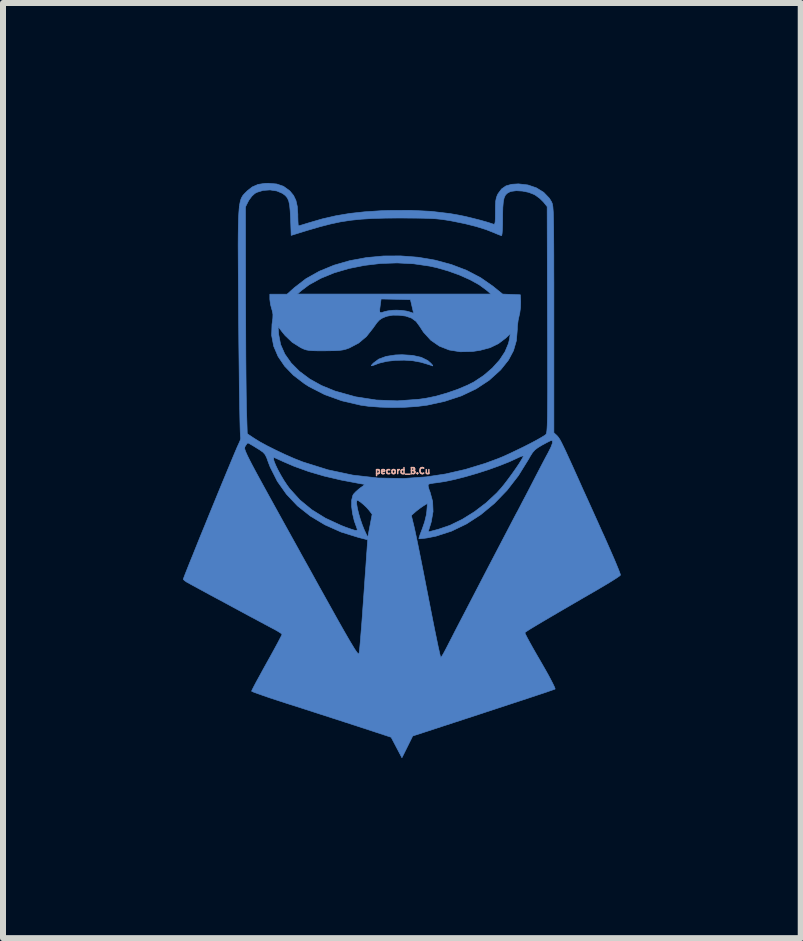
<source format=kicad_pcb>
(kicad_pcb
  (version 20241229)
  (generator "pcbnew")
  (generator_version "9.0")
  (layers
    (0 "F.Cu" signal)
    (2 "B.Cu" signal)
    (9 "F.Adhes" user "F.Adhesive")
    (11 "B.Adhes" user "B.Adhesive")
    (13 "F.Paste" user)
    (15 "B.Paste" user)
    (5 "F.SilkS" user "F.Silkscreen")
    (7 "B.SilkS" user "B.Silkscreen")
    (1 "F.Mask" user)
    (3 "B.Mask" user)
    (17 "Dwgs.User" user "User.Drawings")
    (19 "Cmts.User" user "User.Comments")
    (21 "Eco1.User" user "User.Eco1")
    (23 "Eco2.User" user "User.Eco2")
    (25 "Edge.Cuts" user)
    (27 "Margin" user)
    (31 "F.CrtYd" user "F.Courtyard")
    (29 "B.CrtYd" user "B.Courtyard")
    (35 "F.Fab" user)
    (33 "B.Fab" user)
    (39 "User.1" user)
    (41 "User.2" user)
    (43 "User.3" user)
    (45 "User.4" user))
  (footprint "pecord_B.Cu"
    (layer "F.Cu")
    (at 3.663 4.8)
    (property "Reference" "pecord_B.Cu" (at 0 0 0) (layer "B.SilkS") (effects (font (size 0.1 0.1) (thickness 0.025))))
    (attr board_only exclude_from_pos_files exclude_from_bom)
    (fp_poly (pts (xy 0.165 -1.926) (xy 0.308 -1.894) (xy 0.418 -1.84) (xy 0.469 -1.795) (xy 0.499 -1.761) (xy 0.501 -1.75) (xy 0.478 -1.758) (xy 0.438 -1.771) (xy 0.373 -1.791) (xy 0.297 -1.813) (xy 0.295 -1.813) (xy 0.171 -1.836) (xy 0.028 -1.846) (xy -0.121 -1.843) (xy -0.262 -1.827) (xy -0.381 -1.799) (xy -0.406 -1.791) (xy -0.477 -1.764) (xy -0.515 -1.752) (xy -0.524 -1.755) (xy -0.51 -1.775) (xy -0.488 -1.798) (xy -0.399 -1.864) (xy -0.277 -1.909) (xy -0.123 -1.933) (xy -0.01 -1.937) (xy 0.165 -1.926)) (stroke (width 0.01) (type solid)) (fill yes) (layer "B.Cu"))
    (fp_poly (pts (xy 0.256 -3.562) (xy 0.538 -3.514) (xy 0.809 -3.441) (xy 1.064 -3.344) (xy 1.299 -3.221) (xy 1.502 -3.08) (xy 1.665 -2.948) (xy 1.813 -2.942) (xy 1.961 -2.936) (xy 1.967 -2.818) (xy 1.964 -2.725) (xy 1.951 -2.629) (xy 1.942 -2.591) (xy 1.924 -2.508) (xy 1.912 -2.411) (xy 1.91 -2.353) (xy 1.895 -2.171) (xy 1.847 -2.005) (xy 1.764 -1.849) (xy 1.643 -1.697) (xy 1.627 -1.679) (xy 1.44 -1.51) (xy 1.224 -1.368) (xy 0.978 -1.251) (xy 0.701 -1.16) (xy 0.409 -1.096) (xy 0.236 -1.074) (xy 0.039 -1.061) (xy -0.17 -1.057) (xy -0.377 -1.063) (xy -0.568 -1.077) (xy -0.702 -1.096) (xy -1.015 -1.169) (xy -1.301 -1.272) (xy -1.561 -1.405) (xy -1.638 -1.454) (xy -1.821 -1.594) (xy -1.968 -1.746) (xy -2.078 -1.909) (xy -2.151 -2.08) (xy -2.185 -2.259) (xy -2.18 -2.408) (xy -2.078 -2.408) (xy -2.067 -2.272) (xy -2.035 -2.107) (xy -1.965 -1.948) (xy -1.859 -1.798) (xy -1.72 -1.659) (xy -1.551 -1.533) (xy -1.355 -1.424) (xy -1.133 -1.333) (xy -1.121 -1.329) (xy -0.783 -1.235) (xy -0.44 -1.182) (xy -0.09 -1.168) (xy 0.267 -1.194) (xy 0.386 -1.211) (xy 0.556 -1.246) (xy 0.737 -1.298) (xy 0.917 -1.36) (xy 1.08 -1.429) (xy 1.189 -1.484) (xy 1.351 -1.592) (xy 1.494 -1.715) (xy 1.614 -1.848) (xy 1.705 -1.986) (xy 1.763 -2.124) (xy 1.78 -2.196) (xy 1.793 -2.286) (xy 1.715 -2.212) (xy 1.595 -2.121) (xy 1.456 -2.054) (xy 1.291 -2.01) (xy 1.165 -1.991) (xy 0.959 -1.986) (xy 0.774 -2.016) (xy 0.611 -2.08) (xy 0.468 -2.179) (xy 0.346 -2.313) (xy 0.284 -2.409) (xy 0.224 -2.491) (xy 0.148 -2.547) (xy 0.05 -2.581) (xy -0.061 -2.595) (xy -0.166 -2.596) (xy -0.255 -2.58) (xy -0.294 -2.567) (xy -0.349 -2.543) (xy -0.391 -2.513) (xy -0.432 -2.468) (xy -0.482 -2.398) (xy -0.493 -2.382) (xy -0.605 -2.24) (xy -0.735 -2.131) (xy -0.889 -2.05) (xy -0.894 -2.048) (xy -0.944 -2.03) (xy -0.995 -2.017) (xy -1.054 -2.009) (xy -1.131 -2.004) (xy -1.236 -2.003) (xy -1.3 -2.002) (xy -1.417 -2.002) (xy -1.501 -2.004) (xy -1.562 -2.009) (xy -1.608 -2.017) (xy -1.649 -2.031) (xy -1.692 -2.051) (xy -1.707 -2.059) (xy -1.843 -2.145) (xy -1.961 -2.258) (xy -2.017 -2.327) (xy -2.078 -2.408) (xy -2.18 -2.408) (xy -2.179 -2.443) (xy -2.177 -2.457) (xy -2.165 -2.545) (xy -2.163 -2.607) (xy -2.17 -2.653) (xy -0.384 -2.653) (xy -0.373 -2.637) (xy -0.346 -2.641) (xy -0.31 -2.653) (xy -0.248 -2.668) (xy -0.165 -2.678) (xy -0.102 -2.68) (xy -0.018 -2.676) (xy 0.061 -2.665) (xy 0.107 -2.653) (xy 0.154 -2.637) (xy 0.18 -2.629) (xy 0.182 -2.629) (xy 0.177 -2.648) (xy 0.166 -2.696) (xy 0.155 -2.743) (xy 0.129 -2.855) (xy -0.116 -2.861) (xy -0.36 -2.866) (xy -0.373 -2.771) (xy -0.383 -2.696) (xy -0.384 -2.653) (xy -2.17 -2.653) (xy -2.171 -2.659) (xy -2.184 -2.701) (xy -2.204 -2.776) (xy -2.214 -2.852) (xy -2.215 -2.868) (xy -2.215 -2.946) (xy -2.071 -2.946) (xy -1.927 -2.946) (xy -1.925 -2.948) (xy -1.758 -2.948) (xy 1.473 -2.948) (xy 1.392 -3.017) (xy 1.274 -3.103) (xy 1.124 -3.186) (xy 0.95 -3.264) (xy 0.762 -3.332) (xy 0.568 -3.388) (xy 0.449 -3.414) (xy 0.182 -3.453) (xy -0.092 -3.467) (xy -0.367 -3.458) (xy -0.637 -3.426) (xy -0.897 -3.374) (xy -1.142 -3.302) (xy -1.364 -3.211) (xy -1.56 -3.103) (xy -1.692 -3.004) (xy -1.758 -2.948) (xy -1.925 -2.948) (xy -1.808 -3.053) (xy -1.614 -3.203) (xy -1.391 -3.328) (xy -1.146 -3.429) (xy -0.882 -3.505) (xy -0.606 -3.556) (xy -0.32 -3.583) (xy -0.032 -3.584) (xy 0.256 -3.562)) (stroke (width 0.01) (type solid)) (fill yes) (layer "B.Cu"))
    (fp_poly (pts (xy -2.1 -4.783) (xy -1.988 -4.745) (xy -1.892 -4.676) (xy -1.878 -4.663) (xy -1.819 -4.591) (xy -1.78 -4.509) (xy -1.757 -4.407) (xy -1.748 -4.277) (xy -1.748 -4.238) (xy -1.746 -4.165) (xy -1.743 -4.11) (xy -1.739 -4.085) (xy -1.738 -4.084) (xy -1.716 -4.09) (xy -1.665 -4.105) (xy -1.594 -4.127) (xy -1.571 -4.134) (xy -1.341 -4.201) (xy -1.115 -4.253) (xy -0.884 -4.292) (xy -0.638 -4.319) (xy -0.365 -4.337) (xy -0.234 -4.342) (xy 0.135 -4.344) (xy 0.474 -4.327) (xy 0.787 -4.29) (xy 0.93 -4.265) (xy 1.043 -4.242) (xy 1.166 -4.212) (xy 1.288 -4.181) (xy 1.398 -4.15) (xy 1.484 -4.123) (xy 1.509 -4.114) (xy 1.524 -4.111) (xy 1.535 -4.122) (xy 1.541 -4.152) (xy 1.544 -4.208) (xy 1.545 -4.297) (xy 1.545 -4.321) (xy 1.546 -4.424) (xy 1.55 -4.497) (xy 1.56 -4.549) (xy 1.575 -4.592) (xy 1.59 -4.622) (xy 1.648 -4.7) (xy 1.721 -4.751) (xy 1.816 -4.778) (xy 1.93 -4.785) (xy 2.086 -4.767) (xy 2.228 -4.719) (xy 2.35 -4.644) (xy 2.444 -4.546) (xy 2.481 -4.486) (xy 2.487 -4.472) (xy 2.493 -4.456) (xy 2.498 -4.434) (xy 2.503 -4.405) (xy 2.506 -4.366) (xy 2.51 -4.314) (xy 2.512 -4.247) (xy 2.514 -4.162) (xy 2.516 -4.056) (xy 2.517 -3.928) (xy 2.518 -3.775) (xy 2.519 -3.594) (xy 2.519 -3.382) (xy 2.52 -3.138) (xy 2.52 -2.858) (xy 2.52 -2.54) (xy 2.52 -2.524) (xy 2.52 -0.636) (xy 2.562 -0.598) (xy 2.581 -0.579) (xy 2.599 -0.556) (xy 2.62 -0.524) (xy 2.645 -0.478) (xy 2.676 -0.415) (xy 2.717 -0.33) (xy 2.768 -0.218) (xy 2.833 -0.076) (xy 2.876 0.02) (xy 2.933 0.146) (xy 3.002 0.301) (xy 3.081 0.474) (xy 3.164 0.658) (xy 3.248 0.844) (xy 3.328 1.023) (xy 3.352 1.074) (xy 3.419 1.225) (xy 3.48 1.364) (xy 3.534 1.488) (xy 3.577 1.592) (xy 3.609 1.671) (xy 3.627 1.721) (xy 3.63 1.737) (xy 3.61 1.755) (xy 3.56 1.789) (xy 3.486 1.836) (xy 3.393 1.893) (xy 3.286 1.956) (xy 3.258 1.973) (xy 3.012 2.115) (xy 2.799 2.239) (xy 2.617 2.345) (xy 2.465 2.434) (xy 2.339 2.508) (xy 2.238 2.568) (xy 2.16 2.615) (xy 2.103 2.65) (xy 2.065 2.675) (xy 2.044 2.69) (xy 2.037 2.697) (xy 2.045 2.719) (xy 2.071 2.771) (xy 2.113 2.849) (xy 2.167 2.946) (xy 2.232 3.06) (xy 2.296 3.17) (xy 2.37 3.299) (xy 2.434 3.413) (xy 2.484 3.508) (xy 2.52 3.58) (xy 2.539 3.624) (xy 2.54 3.637) (xy 2.518 3.645) (xy 2.46 3.665) (xy 2.371 3.696) (xy 2.253 3.735) (xy 2.109 3.783) (xy 1.945 3.837) (xy 1.762 3.897) (xy 1.564 3.962) (xy 1.354 4.031) (xy 1.343 4.035) (xy 0.167 4.419) (xy 0.077 4.601) (xy -0.013 4.782) (xy -0.103 4.611) (xy -0.193 4.44) (xy -0.762 4.253) (xy -0.944 4.194) (xy -1.151 4.127) (xy -1.371 4.056) (xy -1.59 3.985) (xy -1.795 3.919) (xy -1.925 3.878) (xy -2.072 3.83) (xy -2.207 3.786) (xy -2.323 3.746) (xy -2.416 3.713) (xy -2.482 3.689) (xy -2.516 3.674) (xy -2.519 3.671) (xy -2.51 3.649) (xy -2.483 3.596) (xy -2.442 3.518) (xy -2.388 3.42) (xy -2.326 3.306) (xy -2.266 3.198) (xy -2.197 3.074) (xy -2.135 2.961) (xy -2.083 2.865) (xy -2.044 2.79) (xy -2.019 2.742) (xy -2.012 2.725) (xy -2.028 2.708) (xy -2.073 2.679) (xy -2.137 2.642) (xy -2.159 2.631) (xy -2.216 2.601) (xy -2.3 2.556) (xy -2.406 2.499) (xy -2.53 2.433) (xy -2.665 2.36) (xy -2.808 2.283) (xy -2.952 2.205) (xy -3.094 2.129) (xy -3.228 2.057) (xy -3.349 1.991) (xy -3.452 1.935) (xy -3.533 1.891) (xy -3.585 1.862) (xy -3.602 1.853) (xy -3.64 1.826) (xy -3.658 1.806) (xy -3.658 1.805) (xy -3.65 1.782) (xy -3.629 1.726) (xy -3.595 1.64) (xy -3.551 1.529) (xy -3.497 1.397) (xy -3.437 1.247) (xy -3.371 1.083) (xy -3.3 0.911) (xy -3.228 0.733) (xy -3.154 0.553) (xy -3.082 0.377) (xy -3.012 0.207) (xy -2.946 0.048) (xy -2.886 -0.096) (xy -2.834 -0.221) (xy -2.791 -0.323) (xy -2.768 -0.377) (xy -2.634 -0.377) (xy -2.631 -0.358) (xy -2.622 -0.332) (xy -2.607 -0.296) (xy -2.585 -0.248) (xy -2.554 -0.186) (xy -2.514 -0.108) (xy -2.463 -0.012) (xy -2.4 0.104) (xy -2.324 0.243) (xy -2.234 0.407) (xy -2.129 0.597) (xy -2.008 0.816) (xy -1.869 1.067) (xy -1.712 1.35) (xy -1.7 1.373) (xy -1.54 1.66) (xy -1.4 1.914) (xy -1.276 2.136) (xy -1.169 2.328) (xy -1.077 2.493) (xy -0.999 2.631) (xy -0.933 2.746) (xy -0.879 2.839) (xy -0.835 2.912) (xy -0.801 2.968) (xy -0.775 3.007) (xy -0.756 3.032) (xy -0.743 3.046) (xy -0.734 3.049) (xy -0.729 3.044) (xy -0.727 3.039) (xy -0.723 3.005) (xy -0.715 2.935) (xy -0.706 2.835) (xy -0.696 2.709) (xy -0.684 2.563) (xy -0.672 2.403) (xy -0.662 2.256) (xy -0.649 2.079) (xy -0.637 1.906) (xy -0.626 1.744) (xy -0.615 1.599) (xy -0.607 1.477) (xy -0.601 1.386) (xy -0.597 1.341) (xy -0.584 1.148) (xy -0.734 1.11) (xy -1.027 1.019) (xy -1.296 0.899) (xy -1.539 0.753) (xy -1.754 0.583) (xy -1.938 0.388) (xy -2.09 0.173) (xy -2.209 -0.063) (xy -2.244 -0.154) (xy -2.263 -0.208) (xy -2.155 -0.208) (xy -2.145 -0.164) (xy -2.119 -0.099) (xy -2.081 -0.02) (xy -2.034 0.067) (xy -1.982 0.155) (xy -1.927 0.238) (xy -1.885 0.295) (xy -1.715 0.483) (xy -1.517 0.646) (xy -1.288 0.788) (xy -1.026 0.909) (xy -0.955 0.937) (xy -0.862 0.97) (xy -0.801 0.989) (xy -0.768 0.992) (xy -0.757 0.982) (xy -0.762 0.96) (xy -0.807 0.834) (xy -0.837 0.707) (xy -0.852 0.589) (xy -0.851 0.505) (xy -0.769 0.505) (xy -0.767 0.554) (xy -0.755 0.625) (xy -0.734 0.711) (xy -0.707 0.804) (xy -0.675 0.897) (xy -0.641 0.982) (xy -0.639 0.986) (xy -0.583 1.107) (xy -0.546 0.916) (xy -0.513 0.742) (xy 0.144 0.742) (xy 0.191 0.935) (xy 0.204 0.994) (xy 0.224 1.088) (xy 0.25 1.212) (xy 0.28 1.362) (xy 0.314 1.532) (xy 0.351 1.718) (xy 0.389 1.914) (xy 0.429 2.117) (xy 0.429 2.118) (xy 0.467 2.313) (xy 0.503 2.495) (xy 0.536 2.66) (xy 0.566 2.806) (xy 0.591 2.927) (xy 0.612 3.02) (xy 0.626 3.082) (xy 0.634 3.108) (xy 0.635 3.109) (xy 0.65 3.092) (xy 0.678 3.046) (xy 0.714 2.979) (xy 0.744 2.921) (xy 0.772 2.866) (xy 0.817 2.779) (xy 0.875 2.665) (xy 0.946 2.528) (xy 1.027 2.373) (xy 1.115 2.203) (xy 1.208 2.024) (xy 1.304 1.839) (xy 1.4 1.654) (xy 1.495 1.472) (xy 1.586 1.298) (xy 1.671 1.135) (xy 1.747 0.99) (xy 1.812 0.865) (xy 1.864 0.766) (xy 1.901 0.696) (xy 1.91 0.681) (xy 1.944 0.616) (xy 1.992 0.523) (xy 2.05 0.413) (xy 2.112 0.294) (xy 2.164 0.193) (xy 2.226 0.073) (xy 2.288 -0.046) (xy 2.345 -0.155) (xy 2.392 -0.244) (xy 2.421 -0.297) (xy 2.471 -0.396) (xy 2.496 -0.464) (xy 2.496 -0.5) (xy 2.481 -0.508) (xy 2.455 -0.499) (xy 2.405 -0.474) (xy 2.339 -0.438) (xy 2.323 -0.43) (xy 2.254 -0.388) (xy 2.205 -0.351) (xy 2.165 -0.306) (xy 2.125 -0.243) (xy 2.096 -0.191) (xy 1.928 0.08) (xy 1.738 0.325) (xy 1.528 0.542) (xy 1.302 0.729) (xy 1.063 0.884) (xy 0.814 1.004) (xy 0.557 1.087) (xy 0.408 1.117) (xy 0.34 1.126) (xy 0.29 1.131) (xy 0.27 1.13) (xy 0.274 1.11) (xy 0.29 1.06) (xy 0.316 0.992) (xy 0.327 0.963) (xy 0.366 0.85) (xy 0.393 0.737) (xy 0.402 0.673) (xy 0.412 0.543) (xy 0.351 0.579) (xy 0.297 0.616) (xy 0.235 0.663) (xy 0.217 0.678) (xy 0.144 0.742) (xy -0.513 0.742) (xy -0.509 0.724) (xy -0.56 0.657) (xy -0.601 0.61) (xy -0.653 0.561) (xy -0.704 0.519) (xy -0.745 0.492) (xy -0.759 0.488) (xy -0.769 0.505) (xy -0.851 0.505) (xy -0.851 0.487) (xy -0.832 0.41) (xy -0.821 0.389) (xy -0.784 0.349) (xy -0.731 0.302) (xy -0.708 0.284) (xy -0.659 0.249) (xy 0.423 0.249) (xy 0.439 0.309) (xy 0.457 0.356) (xy 0.499 0.51) (xy 0.506 0.677) (xy 0.476 0.848) (xy 0.468 0.877) (xy 0.447 0.943) (xy 0.432 0.992) (xy 0.427 1.012) (xy 0.443 1.013) (xy 0.462 1.008) (xy 0.503 0.997) (xy 0.564 0.981) (xy 0.589 0.975) (xy 0.788 0.907) (xy 0.993 0.807) (xy 1.197 0.68) (xy 1.391 0.532) (xy 1.567 0.368) (xy 1.641 0.286) (xy 1.695 0.22) (xy 1.756 0.14) (xy 1.82 0.053) (xy 1.882 -0.035) (xy 1.937 -0.116) (xy 1.979 -0.184) (xy 2.006 -0.231) (xy 2.012 -0.249) (xy 1.996 -0.249) (xy 1.954 -0.234) (xy 1.915 -0.216) (xy 1.776 -0.152) (xy 1.61 -0.086) (xy 1.427 -0.02) (xy 1.237 0.041) (xy 1.047 0.096) (xy 0.868 0.142) (xy 0.708 0.176) (xy 0.584 0.195) (xy 0.512 0.204) (xy 0.456 0.214) (xy 0.429 0.222) (xy 0.423 0.249) (xy -0.659 0.249) (xy -0.627 0.226) (xy -0.705 0.213) (xy -1.023 0.153) (xy -1.309 0.086) (xy -1.569 0.01) (xy -1.81 -0.077) (xy -1.989 -0.154) (xy -2.059 -0.186) (xy -2.114 -0.211) (xy -2.144 -0.223) (xy -2.147 -0.224) (xy -2.155 -0.208) (xy -2.263 -0.208) (xy -2.27 -0.226) (xy -2.295 -0.274) (xy -2.328 -0.311) (xy -2.38 -0.348) (xy -2.432 -0.38) (xy -2.498 -0.421) (xy -2.55 -0.451) (xy -2.579 -0.466) (xy -2.581 -0.467) (xy -2.598 -0.452) (xy -2.623 -0.414) (xy -2.625 -0.411) (xy -2.63 -0.402) (xy -2.634 -0.391) (xy -2.634 -0.377) (xy -2.768 -0.377) (xy -2.759 -0.398) (xy -2.739 -0.442) (xy -2.735 -0.45) (xy -2.71 -0.507) (xy -2.7 -0.548) (xy -2.703 -0.561) (xy -2.705 -0.584) (xy -2.708 -0.644) (xy -2.711 -0.739) (xy -2.714 -0.866) (xy -2.717 -1.023) (xy -2.72 -1.205) (xy -2.724 -1.412) (xy -2.726 -1.638) (xy -2.729 -1.883) (xy -2.732 -2.142) (xy -2.734 -2.414) (xy -2.735 -2.459) (xy -2.737 -2.792) (xy -2.739 -3.087) (xy -2.741 -3.347) (xy -2.742 -3.573) (xy -2.743 -3.769) (xy -2.742 -3.937) (xy -2.74 -4.079) (xy -2.737 -4.198) (xy -2.732 -4.296) (xy -2.726 -4.376) (xy -2.723 -4.401) (xy -2.621 -4.401) (xy -2.619 -2.886) (xy -2.618 -2.63) (xy -2.617 -2.377) (xy -2.616 -2.132) (xy -2.615 -1.898) (xy -2.613 -1.68) (xy -2.611 -1.482) (xy -2.609 -1.31) (xy -2.607 -1.165) (xy -2.605 -1.055) (xy -2.603 -0.996) (xy -2.591 -0.62) (xy -2.479 -0.545) (xy -2.382 -0.485) (xy -2.257 -0.417) (xy -2.113 -0.345) (xy -1.961 -0.273) (xy -1.811 -0.207) (xy -1.672 -0.152) (xy -1.654 -0.146) (xy -1.246 -0.018) (xy -0.832 0.07) (xy -0.412 0.118) (xy 0.015 0.126) (xy 0.396 0.099) (xy 0.714 0.051) (xy 1.045 -0.025) (xy 1.376 -0.126) (xy 1.59 -0.205) (xy 1.68 -0.242) (xy 1.785 -0.29) (xy 1.9 -0.345) (xy 2.018 -0.402) (xy 2.13 -0.459) (xy 2.23 -0.512) (xy 2.311 -0.558) (xy 2.366 -0.592) (xy 2.382 -0.604) (xy 2.389 -0.611) (xy 2.394 -0.622) (xy 2.399 -0.64) (xy 2.403 -0.667) (xy 2.406 -0.705) (xy 2.409 -0.757) (xy 2.411 -0.825) (xy 2.413 -0.912) (xy 2.414 -1.021) (xy 2.415 -1.153) (xy 2.416 -1.312) (xy 2.416 -1.499) (xy 2.415 -1.718) (xy 2.415 -1.97) (xy 2.414 -2.259) (xy 2.413 -2.521) (xy 2.408 -4.406) (xy 2.345 -4.484) (xy 2.286 -4.542) (xy 2.214 -4.595) (xy 2.189 -4.609) (xy 2.099 -4.644) (xy 1.995 -4.665) (xy 1.894 -4.671) (xy 1.809 -4.66) (xy 1.788 -4.653) (xy 1.745 -4.63) (xy 1.713 -4.599) (xy 1.691 -4.552) (xy 1.677 -4.486) (xy 1.669 -4.392) (xy 1.666 -4.266) (xy 1.666 -4.217) (xy 1.665 -4.113) (xy 1.662 -4.025) (xy 1.657 -3.96) (xy 1.651 -3.925) (xy 1.648 -3.922) (xy 1.621 -3.93) (xy 1.57 -3.95) (xy 1.521 -3.971) (xy 1.389 -4.023) (xy 1.226 -4.074) (xy 1.039 -4.121) (xy 0.838 -4.162) (xy 0.792 -4.171) (xy 0.71 -4.184) (xy 0.631 -4.195) (xy 0.55 -4.203) (xy 0.459 -4.208) (xy 0.351 -4.212) (xy 0.221 -4.214) (xy 0.06 -4.215) (xy -0.041 -4.216) (xy -0.288 -4.214) (xy -0.502 -4.208) (xy -0.693 -4.196) (xy -0.868 -4.178) (xy -1.036 -4.152) (xy -1.204 -4.116) (xy -1.382 -4.07) (xy -1.577 -4.013) (xy -1.636 -3.995) (xy -1.859 -3.926) (xy -1.869 -4.204) (xy -1.876 -4.334) (xy -1.885 -4.43) (xy -1.9 -4.5) (xy -1.923 -4.551) (xy -1.956 -4.59) (xy -2.001 -4.624) (xy -2.001 -4.625) (xy -2.097 -4.666) (xy -2.211 -4.684) (xy -2.326 -4.676) (xy -2.43 -4.644) (xy -2.465 -4.625) (xy -2.514 -4.58) (xy -2.561 -4.517) (xy -2.576 -4.491) (xy -2.621 -4.401) (xy -2.723 -4.401) (xy -2.718 -4.44) (xy -2.708 -4.491) (xy -2.696 -4.532) (xy -2.681 -4.564) (xy -2.665 -4.591) (xy -2.645 -4.614) (xy -2.623 -4.637) (xy -2.598 -4.661) (xy -2.594 -4.666) (xy -2.508 -4.734) (xy -2.411 -4.776) (xy -2.293 -4.794) (xy -2.238 -4.795) (xy -2.1 -4.783)) (stroke (width 0.01) (type solid)) (fill yes) (layer "B.Cu")))
  (gr_rect
    (start -3 -3)
    (end 10.298 12.588)
    (stroke (width 0.1) (type default))
    (fill no)
    (layer "Edge.Cuts")))
</source>
